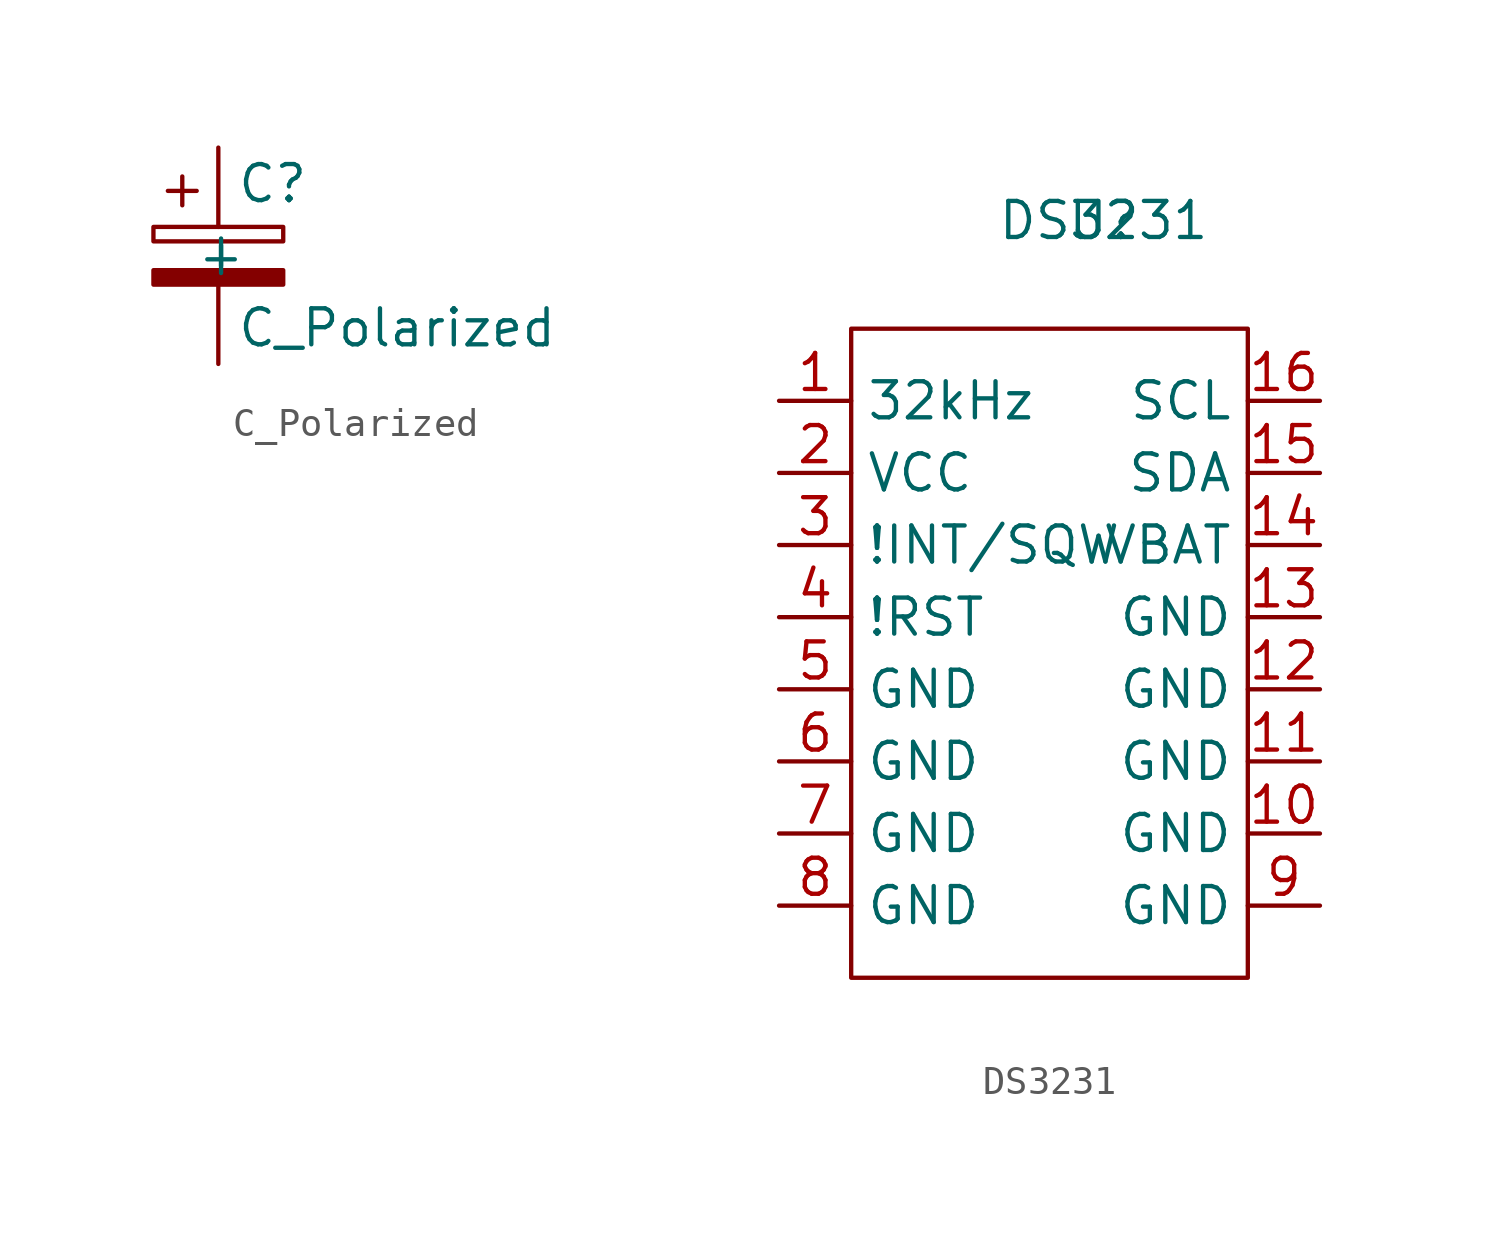
<source format=kicad_sym>
(kicad_symbol_lib
  (version 20211014)
  (generator kicad_symbol_editor)
  (symbol "C_Polarized"
    (pin_numbers hide)
    (pin_names
      (offset 0.254))
    (property "Reference" "C"
      (at 0.635 2.54 0)
      (effects (font (size 1.27 1.27)) (justify left)))
    (property "Value" "C_Polarized"
      (at 0.635 -2.54 0)
      (effects (font (size 1.27 1.27)) (justify left)))
    (symbol "C_Polarized_0_1"
      (rectangle (start -2.286 0.508) (end 2.286 1.016) (stroke (width 0) (type default) (color 0 0 0 0)) (fill (type none)))
      (polyline (pts (xy -1.778 2.286) (xy -0.762 2.286)) (stroke (width 0) (type default) (color 0 0 0 0)) (fill (type none)))
      (polyline (pts (xy -1.27 2.794) (xy -1.27 1.778)) (stroke (width 0) (type default) (color 0 0 0 0)) (fill (type none)))
      (rectangle (start 2.286 -0.508) (end -2.286 -1.016) (stroke (width 0) (type default) (color 0 0 0 0)) (fill (type outline))))
    (symbol "C_Polarized_1_1"
      (pin passive line (at 0 3.81 270) (length 2.794) (name "+" (effects (font (size 1.27 1.27)))) (number "1" (effects (font (size 1.27 1.27)))))
      (pin passive line (at 0 -3.81 90) (length 2.794) (name "-" (effects (font (size 1.27 1.27)))) (number "2" (effects (font (size 1.27 1.27)))))))
  (symbol "DS3231"
    (property "Reference" "U"
      (at 0 0 0)
      (effects (font (size 1.27 1.27))))
    (property "Value" "DS3231"
      (at 0 0 0)
      (effects (font (size 1.27 1.27))))
    (symbol "DS3231_0_0"
      (pin unspecified line (at -11.43 -6.35 0) (length 2.54) (name "32kHz" (effects (font (size 1.27 1.27)))) (number "1" (effects (font (size 1.27 1.27)))))
      (pin unspecified line (at 7.62 -21.59 180) (length 2.54) (name "GND" (effects (font (size 1.27 1.27)))) (number "10" (effects (font (size 1.27 1.27)))))
      (pin unspecified line (at 7.62 -19.05 180) (length 2.54) (name "GND" (effects (font (size 1.27 1.27)))) (number "11" (effects (font (size 1.27 1.27)))))
      (pin unspecified line (at 7.62 -16.51 180) (length 2.54) (name "GND" (effects (font (size 1.27 1.27)))) (number "12" (effects (font (size 1.27 1.27)))))
      (pin unspecified line (at 7.62 -13.97 180) (length 2.54) (name "GND" (effects (font (size 1.27 1.27)))) (number "13" (effects (font (size 1.27 1.27)))))
      (pin unspecified line (at 7.62 -11.43 180) (length 2.54) (name "VBAT" (effects (font (size 1.27 1.27)))) (number "14" (effects (font (size 1.27 1.27)))))
      (pin unspecified line (at 7.62 -8.89 180) (length 2.54) (name "SDA" (effects (font (size 1.27 1.27)))) (number "15" (effects (font (size 1.27 1.27)))))
      (pin unspecified line (at 7.62 -6.35 180) (length 2.54) (name "SCL" (effects (font (size 1.27 1.27)))) (number "16" (effects (font (size 1.27 1.27)))))
      (pin unspecified line (at -11.43 -8.89 0) (length 2.54) (name "VCC" (effects (font (size 1.27 1.27)))) (number "2" (effects (font (size 1.27 1.27)))))
      (pin unspecified line (at -11.43 -11.43 0) (length 2.54) (name "!INT/SQW" (effects (font (size 1.27 1.27)))) (number "3" (effects (font (size 1.27 1.27)))))
      (pin unspecified line (at -11.43 -13.97 0) (length 2.54) (name "!RST" (effects (font (size 1.27 1.27)))) (number "4" (effects (font (size 1.27 1.27)))))
      (pin unspecified line (at -11.43 -16.51 0) (length 2.54) (name "GND" (effects (font (size 1.27 1.27)))) (number "5" (effects (font (size 1.27 1.27)))))
      (pin unspecified line (at -11.43 -19.05 0) (length 2.54) (name "GND" (effects (font (size 1.27 1.27)))) (number "6" (effects (font (size 1.27 1.27)))))
      (pin unspecified line (at -11.43 -21.59 0) (length 2.54) (name "GND" (effects (font (size 1.27 1.27)))) (number "7" (effects (font (size 1.27 1.27)))))
      (pin unspecified line (at -11.43 -24.13 0) (length 2.54) (name "GND" (effects (font (size 1.27 1.27)))) (number "8" (effects (font (size 1.27 1.27)))))
      (pin unspecified line (at 7.62 -24.13 180) (length 2.54) (name "GND" (effects (font (size 1.27 1.27)))) (number "9" (effects (font (size 1.27 1.27))))))
    (symbol "DS3231_0_1"
      (rectangle (start -8.89 -3.81) (end 5.08 -26.67) (stroke (width 0) (type default) (color 0 0 0 0)) (fill (type none))))))
</source>
